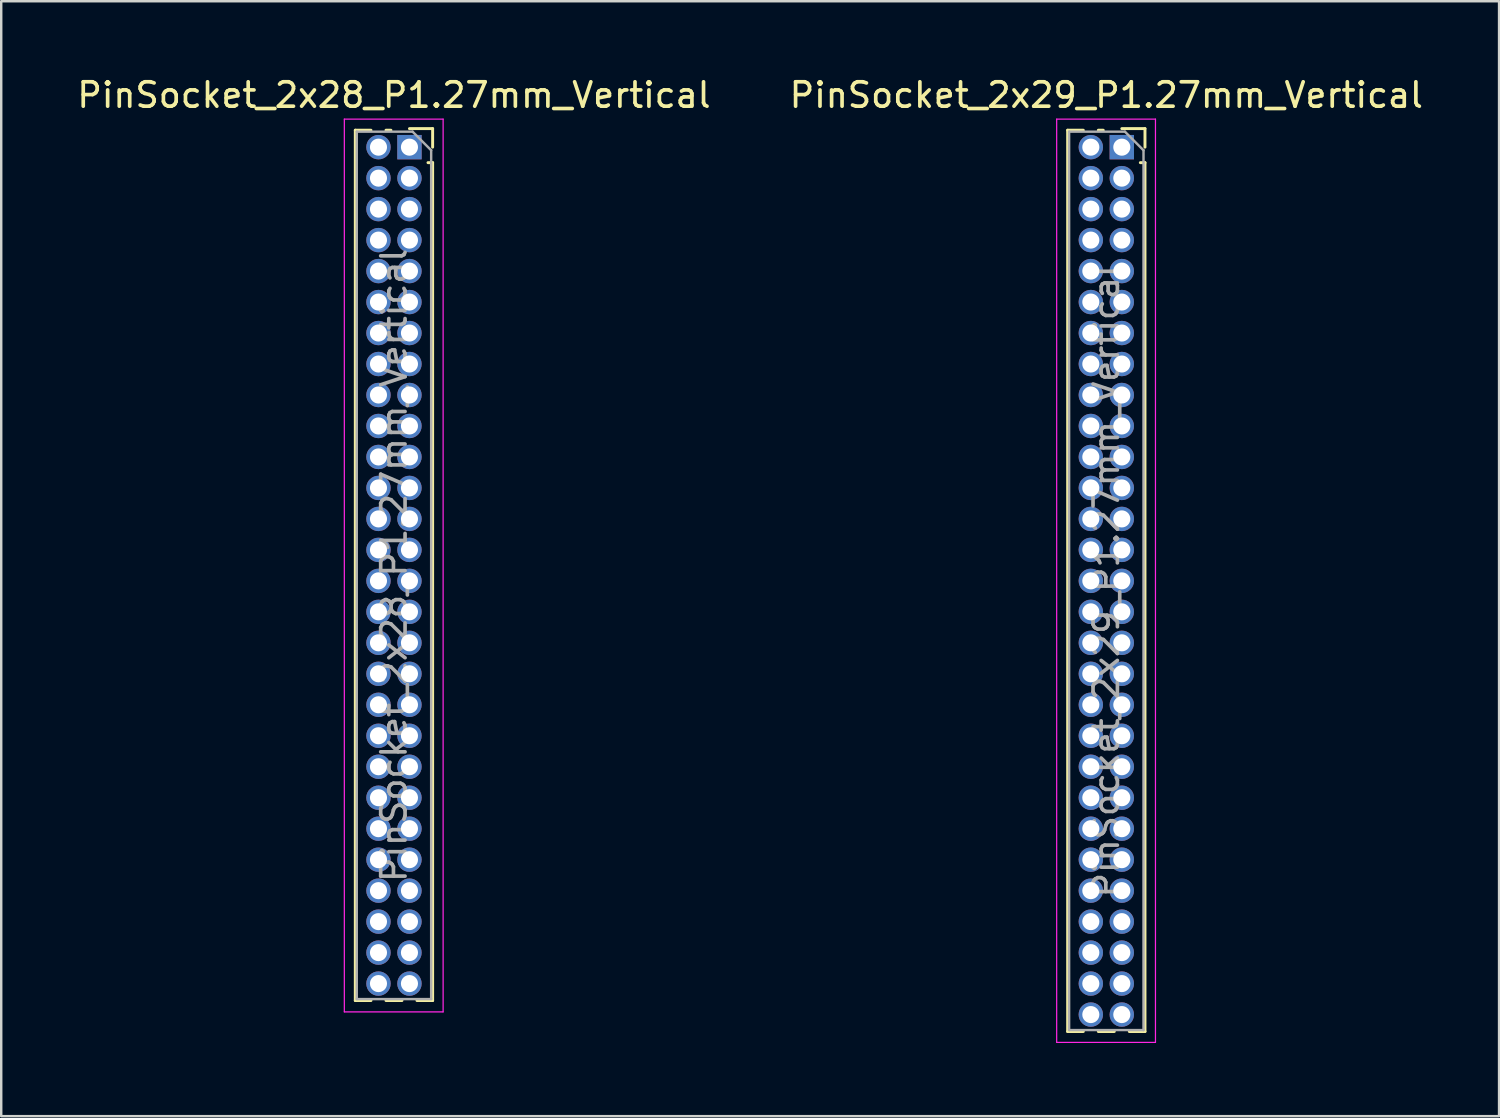
<source format=kicad_pcb>
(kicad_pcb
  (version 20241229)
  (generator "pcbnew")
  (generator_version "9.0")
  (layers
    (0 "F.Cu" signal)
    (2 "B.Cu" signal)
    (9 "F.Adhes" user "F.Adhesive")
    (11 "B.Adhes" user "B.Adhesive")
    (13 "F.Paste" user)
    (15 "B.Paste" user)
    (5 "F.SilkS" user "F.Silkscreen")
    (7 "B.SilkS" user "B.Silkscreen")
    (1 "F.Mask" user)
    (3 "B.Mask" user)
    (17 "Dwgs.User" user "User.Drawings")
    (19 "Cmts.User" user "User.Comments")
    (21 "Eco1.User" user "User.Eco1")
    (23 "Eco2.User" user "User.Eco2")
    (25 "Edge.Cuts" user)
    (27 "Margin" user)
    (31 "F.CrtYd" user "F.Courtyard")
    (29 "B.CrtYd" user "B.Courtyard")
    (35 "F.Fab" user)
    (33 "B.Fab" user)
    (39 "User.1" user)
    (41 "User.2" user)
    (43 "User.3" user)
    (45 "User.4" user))
  (footprint "PinSocket_2x28_P1.27mm_Vertical"
    (layer "F.Cu")
    (at 13.736 2.983)
    (property "Reference" "PinSocket_2x28_P1.27mm_Vertical" (at -0.635 -2.135 0) (layer "F.SilkS") (effects (font (size 1 1) (thickness 0.15))))
    (attr through_hole)
    (fp_line (start -2.22 -0.695) (end -2.22 34.985) (stroke (width 0.12) (type solid)) (layer "F.SilkS"))
    (fp_line (start -2.22 -0.695) (end -1.578 -0.695) (stroke (width 0.12) (type solid)) (layer "F.SilkS"))
    (fp_line (start -2.22 34.985) (end -1.578 34.985) (stroke (width 0.12) (type solid)) (layer "F.SilkS"))
    (fp_line (start -0.962 -0.695) (end -0.76 -0.695) (stroke (width 0.12) (type solid)) (layer "F.SilkS"))
    (fp_line (start -0.962 34.985) (end -0.308 34.985) (stroke (width 0.12) (type solid)) (layer "F.SilkS"))
    (fp_line (start 0 -0.76) (end 0.95 -0.76) (stroke (width 0.12) (type solid)) (layer "F.SilkS"))
    (fp_line (start 0.308 34.985) (end 0.95 34.985) (stroke (width 0.12) (type solid)) (layer "F.SilkS"))
    (fp_line (start 0.76 0.635) (end 0.95 0.635) (stroke (width 0.12) (type solid)) (layer "F.SilkS"))
    (fp_line (start 0.95 -0.76) (end 0.95 0) (stroke (width 0.12) (type solid)) (layer "F.SilkS"))
    (fp_line (start 0.95 0.635) (end 0.95 34.985) (stroke (width 0.12) (type solid)) (layer "F.SilkS"))
    (fp_line (start -2.67 -1.15) (end 1.38 -1.15) (stroke (width 0.05) (type solid)) (layer "F.CrtYd"))
    (fp_line (start -2.67 35.45) (end -2.67 -1.15) (stroke (width 0.05) (type solid)) (layer "F.CrtYd"))
    (fp_line (start 1.38 -1.15) (end 1.38 35.45) (stroke (width 0.05) (type solid)) (layer "F.CrtYd"))
    (fp_line (start 1.38 35.45) (end -2.67 35.45) (stroke (width 0.05) (type solid)) (layer "F.CrtYd"))
    (fp_line (start -2.16 -0.635) (end 0.128 -0.635) (stroke (width 0.1) (type solid)) (layer "F.Fab"))
    (fp_line (start -2.16 34.925) (end -2.16 -0.635) (stroke (width 0.1) (type solid)) (layer "F.Fab"))
    (fp_line (start 0.128 -0.635) (end 0.89 0.128) (stroke (width 0.1) (type solid)) (layer "F.Fab"))
    (fp_line (start 0.89 0.128) (end 0.89 34.925) (stroke (width 0.1) (type solid)) (layer "F.Fab"))
    (fp_line (start 0.89 34.925) (end -2.16 34.925) (stroke (width 0.1) (type solid)) (layer "F.Fab"))
    (fp_text user "${REFERENCE}" (at -0.635 17.145 90) (layer "F.Fab") (effects (font (size 1 1) (thickness 0.15))))
    (pad "1" thru_hole rect (at 0 0) (size 1 1) (drill 0.7) (layers "*.Cu" "*.Mask"))
    (pad "2" thru_hole circle (at -1.27 0) (size 1 1) (drill 0.7) (layers "*.Cu" "*.Mask"))
    (pad "3" thru_hole circle (at 0 1.27) (size 1 1) (drill 0.7) (layers "*.Cu" "*.Mask"))
    (pad "4" thru_hole circle (at -1.27 1.27) (size 1 1) (drill 0.7) (layers "*.Cu" "*.Mask"))
    (pad "5" thru_hole circle (at 0 2.54) (size 1 1) (drill 0.7) (layers "*.Cu" "*.Mask"))
    (pad "6" thru_hole circle (at -1.27 2.54) (size 1 1) (drill 0.7) (layers "*.Cu" "*.Mask"))
    (pad "7" thru_hole circle (at 0 3.81) (size 1 1) (drill 0.7) (layers "*.Cu" "*.Mask"))
    (pad "8" thru_hole circle (at -1.27 3.81) (size 1 1) (drill 0.7) (layers "*.Cu" "*.Mask"))
    (pad "9" thru_hole circle (at 0 5.08) (size 1 1) (drill 0.7) (layers "*.Cu" "*.Mask"))
    (pad "10" thru_hole circle (at -1.27 5.08) (size 1 1) (drill 0.7) (layers "*.Cu" "*.Mask"))
    (pad "11" thru_hole circle (at 0 6.35) (size 1 1) (drill 0.7) (layers "*.Cu" "*.Mask"))
    (pad "12" thru_hole circle (at -1.27 6.35) (size 1 1) (drill 0.7) (layers "*.Cu" "*.Mask"))
    (pad "13" thru_hole circle (at 0 7.62) (size 1 1) (drill 0.7) (layers "*.Cu" "*.Mask"))
    (pad "14" thru_hole circle (at -1.27 7.62) (size 1 1) (drill 0.7) (layers "*.Cu" "*.Mask"))
    (pad "15" thru_hole circle (at 0 8.89) (size 1 1) (drill 0.7) (layers "*.Cu" "*.Mask"))
    (pad "16" thru_hole circle (at -1.27 8.89) (size 1 1) (drill 0.7) (layers "*.Cu" "*.Mask"))
    (pad "17" thru_hole circle (at 0 10.16) (size 1 1) (drill 0.7) (layers "*.Cu" "*.Mask"))
    (pad "18" thru_hole circle (at -1.27 10.16) (size 1 1) (drill 0.7) (layers "*.Cu" "*.Mask"))
    (pad "19" thru_hole circle (at 0 11.43) (size 1 1) (drill 0.7) (layers "*.Cu" "*.Mask"))
    (pad "20" thru_hole circle (at -1.27 11.43) (size 1 1) (drill 0.7) (layers "*.Cu" "*.Mask"))
    (pad "21" thru_hole circle (at 0 12.7) (size 1 1) (drill 0.7) (layers "*.Cu" "*.Mask"))
    (pad "22" thru_hole circle (at -1.27 12.7) (size 1 1) (drill 0.7) (layers "*.Cu" "*.Mask"))
    (pad "23" thru_hole circle (at 0 13.97) (size 1 1) (drill 0.7) (layers "*.Cu" "*.Mask"))
    (pad "24" thru_hole circle (at -1.27 13.97) (size 1 1) (drill 0.7) (layers "*.Cu" "*.Mask"))
    (pad "25" thru_hole circle (at 0 15.24) (size 1 1) (drill 0.7) (layers "*.Cu" "*.Mask"))
    (pad "26" thru_hole circle (at -1.27 15.24) (size 1 1) (drill 0.7) (layers "*.Cu" "*.Mask"))
    (pad "27" thru_hole circle (at 0 16.51) (size 1 1) (drill 0.7) (layers "*.Cu" "*.Mask"))
    (pad "28" thru_hole circle (at -1.27 16.51) (size 1 1) (drill 0.7) (layers "*.Cu" "*.Mask"))
    (pad "29" thru_hole circle (at 0 17.78) (size 1 1) (drill 0.7) (layers "*.Cu" "*.Mask"))
    (pad "30" thru_hole circle (at -1.27 17.78) (size 1 1) (drill 0.7) (layers "*.Cu" "*.Mask"))
    (pad "31" thru_hole circle (at 0 19.05) (size 1 1) (drill 0.7) (layers "*.Cu" "*.Mask"))
    (pad "32" thru_hole circle (at -1.27 19.05) (size 1 1) (drill 0.7) (layers "*.Cu" "*.Mask"))
    (pad "33" thru_hole circle (at 0 20.32) (size 1 1) (drill 0.7) (layers "*.Cu" "*.Mask"))
    (pad "34" thru_hole circle (at -1.27 20.32) (size 1 1) (drill 0.7) (layers "*.Cu" "*.Mask"))
    (pad "35" thru_hole circle (at 0 21.59) (size 1 1) (drill 0.7) (layers "*.Cu" "*.Mask"))
    (pad "36" thru_hole circle (at -1.27 21.59) (size 1 1) (drill 0.7) (layers "*.Cu" "*.Mask"))
    (pad "37" thru_hole circle (at 0 22.86) (size 1 1) (drill 0.7) (layers "*.Cu" "*.Mask"))
    (pad "38" thru_hole circle (at -1.27 22.86) (size 1 1) (drill 0.7) (layers "*.Cu" "*.Mask"))
    (pad "39" thru_hole circle (at 0 24.13) (size 1 1) (drill 0.7) (layers "*.Cu" "*.Mask"))
    (pad "40" thru_hole circle (at -1.27 24.13) (size 1 1) (drill 0.7) (layers "*.Cu" "*.Mask"))
    (pad "41" thru_hole circle (at 0 25.4) (size 1 1) (drill 0.7) (layers "*.Cu" "*.Mask"))
    (pad "42" thru_hole circle (at -1.27 25.4) (size 1 1) (drill 0.7) (layers "*.Cu" "*.Mask"))
    (pad "43" thru_hole circle (at 0 26.67) (size 1 1) (drill 0.7) (layers "*.Cu" "*.Mask"))
    (pad "44" thru_hole circle (at -1.27 26.67) (size 1 1) (drill 0.7) (layers "*.Cu" "*.Mask"))
    (pad "45" thru_hole circle (at 0 27.94) (size 1 1) (drill 0.7) (layers "*.Cu" "*.Mask"))
    (pad "46" thru_hole circle (at -1.27 27.94) (size 1 1) (drill 0.7) (layers "*.Cu" "*.Mask"))
    (pad "47" thru_hole circle (at 0 29.21) (size 1 1) (drill 0.7) (layers "*.Cu" "*.Mask"))
    (pad "48" thru_hole circle (at -1.27 29.21) (size 1 1) (drill 0.7) (layers "*.Cu" "*.Mask"))
    (pad "49" thru_hole circle (at 0 30.48) (size 1 1) (drill 0.7) (layers "*.Cu" "*.Mask"))
    (pad "50" thru_hole circle (at -1.27 30.48) (size 1 1) (drill 0.7) (layers "*.Cu" "*.Mask"))
    (pad "51" thru_hole circle (at 0 31.75) (size 1 1) (drill 0.7) (layers "*.Cu" "*.Mask"))
    (pad "52" thru_hole circle (at -1.27 31.75) (size 1 1) (drill 0.7) (layers "*.Cu" "*.Mask"))
    (pad "53" thru_hole circle (at 0 33.02) (size 1 1) (drill 0.7) (layers "*.Cu" "*.Mask"))
    (pad "54" thru_hole circle (at -1.27 33.02) (size 1 1) (drill 0.7) (layers "*.Cu" "*.Mask"))
    (pad "55" thru_hole circle (at 0 34.29) (size 1 1) (drill 0.7) (layers "*.Cu" "*.Mask"))
    (pad "56" thru_hole circle (at -1.27 34.29) (size 1 1) (drill 0.7) (layers "*.Cu" "*.Mask")))
  (footprint "PinSocket_2x29_P1.27mm_Vertical"
    (layer "F.Cu")
    (at 42.939 2.983)
    (property "Reference" "PinSocket_2x29_P1.27mm_Vertical" (at -0.635 -2.135 0) (layer "F.SilkS") (effects (font (size 1 1) (thickness 0.15))))
    (attr through_hole)
    (fp_line (start -2.22 -0.695) (end -2.22 36.255) (stroke (width 0.12) (type solid)) (layer "F.SilkS"))
    (fp_line (start -2.22 -0.695) (end -1.578 -0.695) (stroke (width 0.12) (type solid)) (layer "F.SilkS"))
    (fp_line (start -2.22 36.255) (end -1.578 36.255) (stroke (width 0.12) (type solid)) (layer "F.SilkS"))
    (fp_line (start -0.962 -0.695) (end -0.76 -0.695) (stroke (width 0.12) (type solid)) (layer "F.SilkS"))
    (fp_line (start -0.962 36.255) (end -0.308 36.255) (stroke (width 0.12) (type solid)) (layer "F.SilkS"))
    (fp_line (start 0 -0.76) (end 0.95 -0.76) (stroke (width 0.12) (type solid)) (layer "F.SilkS"))
    (fp_line (start 0.308 36.255) (end 0.95 36.255) (stroke (width 0.12) (type solid)) (layer "F.SilkS"))
    (fp_line (start 0.76 0.635) (end 0.95 0.635) (stroke (width 0.12) (type solid)) (layer "F.SilkS"))
    (fp_line (start 0.95 -0.76) (end 0.95 0) (stroke (width 0.12) (type solid)) (layer "F.SilkS"))
    (fp_line (start 0.95 0.635) (end 0.95 36.255) (stroke (width 0.12) (type solid)) (layer "F.SilkS"))
    (fp_line (start -2.67 -1.15) (end 1.38 -1.15) (stroke (width 0.05) (type solid)) (layer "F.CrtYd"))
    (fp_line (start -2.67 36.7) (end -2.67 -1.15) (stroke (width 0.05) (type solid)) (layer "F.CrtYd"))
    (fp_line (start 1.38 -1.15) (end 1.38 36.7) (stroke (width 0.05) (type solid)) (layer "F.CrtYd"))
    (fp_line (start 1.38 36.7) (end -2.67 36.7) (stroke (width 0.05) (type solid)) (layer "F.CrtYd"))
    (fp_line (start -2.16 -0.635) (end 0.128 -0.635) (stroke (width 0.1) (type solid)) (layer "F.Fab"))
    (fp_line (start -2.16 36.195) (end -2.16 -0.635) (stroke (width 0.1) (type solid)) (layer "F.Fab"))
    (fp_line (start 0.128 -0.635) (end 0.89 0.128) (stroke (width 0.1) (type solid)) (layer "F.Fab"))
    (fp_line (start 0.89 0.128) (end 0.89 36.195) (stroke (width 0.1) (type solid)) (layer "F.Fab"))
    (fp_line (start 0.89 36.195) (end -2.16 36.195) (stroke (width 0.1) (type solid)) (layer "F.Fab"))
    (fp_text user "${REFERENCE}" (at -0.635 17.78 90) (layer "F.Fab") (effects (font (size 1 1) (thickness 0.15))))
    (pad "1" thru_hole rect (at 0 0) (size 1 1) (drill 0.7) (layers "*.Cu" "*.Mask"))
    (pad "2" thru_hole circle (at -1.27 0) (size 1 1) (drill 0.7) (layers "*.Cu" "*.Mask"))
    (pad "3" thru_hole circle (at 0 1.27) (size 1 1) (drill 0.7) (layers "*.Cu" "*.Mask"))
    (pad "4" thru_hole circle (at -1.27 1.27) (size 1 1) (drill 0.7) (layers "*.Cu" "*.Mask"))
    (pad "5" thru_hole circle (at 0 2.54) (size 1 1) (drill 0.7) (layers "*.Cu" "*.Mask"))
    (pad "6" thru_hole circle (at -1.27 2.54) (size 1 1) (drill 0.7) (layers "*.Cu" "*.Mask"))
    (pad "7" thru_hole circle (at 0 3.81) (size 1 1) (drill 0.7) (layers "*.Cu" "*.Mask"))
    (pad "8" thru_hole circle (at -1.27 3.81) (size 1 1) (drill 0.7) (layers "*.Cu" "*.Mask"))
    (pad "9" thru_hole circle (at 0 5.08) (size 1 1) (drill 0.7) (layers "*.Cu" "*.Mask"))
    (pad "10" thru_hole circle (at -1.27 5.08) (size 1 1) (drill 0.7) (layers "*.Cu" "*.Mask"))
    (pad "11" thru_hole circle (at 0 6.35) (size 1 1) (drill 0.7) (layers "*.Cu" "*.Mask"))
    (pad "12" thru_hole circle (at -1.27 6.35) (size 1 1) (drill 0.7) (layers "*.Cu" "*.Mask"))
    (pad "13" thru_hole circle (at 0 7.62) (size 1 1) (drill 0.7) (layers "*.Cu" "*.Mask"))
    (pad "14" thru_hole circle (at -1.27 7.62) (size 1 1) (drill 0.7) (layers "*.Cu" "*.Mask"))
    (pad "15" thru_hole circle (at 0 8.89) (size 1 1) (drill 0.7) (layers "*.Cu" "*.Mask"))
    (pad "16" thru_hole circle (at -1.27 8.89) (size 1 1) (drill 0.7) (layers "*.Cu" "*.Mask"))
    (pad "17" thru_hole circle (at 0 10.16) (size 1 1) (drill 0.7) (layers "*.Cu" "*.Mask"))
    (pad "18" thru_hole circle (at -1.27 10.16) (size 1 1) (drill 0.7) (layers "*.Cu" "*.Mask"))
    (pad "19" thru_hole circle (at 0 11.43) (size 1 1) (drill 0.7) (layers "*.Cu" "*.Mask"))
    (pad "20" thru_hole circle (at -1.27 11.43) (size 1 1) (drill 0.7) (layers "*.Cu" "*.Mask"))
    (pad "21" thru_hole circle (at 0 12.7) (size 1 1) (drill 0.7) (layers "*.Cu" "*.Mask"))
    (pad "22" thru_hole circle (at -1.27 12.7) (size 1 1) (drill 0.7) (layers "*.Cu" "*.Mask"))
    (pad "23" thru_hole circle (at 0 13.97) (size 1 1) (drill 0.7) (layers "*.Cu" "*.Mask"))
    (pad "24" thru_hole circle (at -1.27 13.97) (size 1 1) (drill 0.7) (layers "*.Cu" "*.Mask"))
    (pad "25" thru_hole circle (at 0 15.24) (size 1 1) (drill 0.7) (layers "*.Cu" "*.Mask"))
    (pad "26" thru_hole circle (at -1.27 15.24) (size 1 1) (drill 0.7) (layers "*.Cu" "*.Mask"))
    (pad "27" thru_hole circle (at 0 16.51) (size 1 1) (drill 0.7) (layers "*.Cu" "*.Mask"))
    (pad "28" thru_hole circle (at -1.27 16.51) (size 1 1) (drill 0.7) (layers "*.Cu" "*.Mask"))
    (pad "29" thru_hole circle (at 0 17.78) (size 1 1) (drill 0.7) (layers "*.Cu" "*.Mask"))
    (pad "30" thru_hole circle (at -1.27 17.78) (size 1 1) (drill 0.7) (layers "*.Cu" "*.Mask"))
    (pad "31" thru_hole circle (at 0 19.05) (size 1 1) (drill 0.7) (layers "*.Cu" "*.Mask"))
    (pad "32" thru_hole circle (at -1.27 19.05) (size 1 1) (drill 0.7) (layers "*.Cu" "*.Mask"))
    (pad "33" thru_hole circle (at 0 20.32) (size 1 1) (drill 0.7) (layers "*.Cu" "*.Mask"))
    (pad "34" thru_hole circle (at -1.27 20.32) (size 1 1) (drill 0.7) (layers "*.Cu" "*.Mask"))
    (pad "35" thru_hole circle (at 0 21.59) (size 1 1) (drill 0.7) (layers "*.Cu" "*.Mask"))
    (pad "36" thru_hole circle (at -1.27 21.59) (size 1 1) (drill 0.7) (layers "*.Cu" "*.Mask"))
    (pad "37" thru_hole circle (at 0 22.86) (size 1 1) (drill 0.7) (layers "*.Cu" "*.Mask"))
    (pad "38" thru_hole circle (at -1.27 22.86) (size 1 1) (drill 0.7) (layers "*.Cu" "*.Mask"))
    (pad "39" thru_hole circle (at 0 24.13) (size 1 1) (drill 0.7) (layers "*.Cu" "*.Mask"))
    (pad "40" thru_hole circle (at -1.27 24.13) (size 1 1) (drill 0.7) (layers "*.Cu" "*.Mask"))
    (pad "41" thru_hole circle (at 0 25.4) (size 1 1) (drill 0.7) (layers "*.Cu" "*.Mask"))
    (pad "42" thru_hole circle (at -1.27 25.4) (size 1 1) (drill 0.7) (layers "*.Cu" "*.Mask"))
    (pad "43" thru_hole circle (at 0 26.67) (size 1 1) (drill 0.7) (layers "*.Cu" "*.Mask"))
    (pad "44" thru_hole circle (at -1.27 26.67) (size 1 1) (drill 0.7) (layers "*.Cu" "*.Mask"))
    (pad "45" thru_hole circle (at 0 27.94) (size 1 1) (drill 0.7) (layers "*.Cu" "*.Mask"))
    (pad "46" thru_hole circle (at -1.27 27.94) (size 1 1) (drill 0.7) (layers "*.Cu" "*.Mask"))
    (pad "47" thru_hole circle (at 0 29.21) (size 1 1) (drill 0.7) (layers "*.Cu" "*.Mask"))
    (pad "48" thru_hole circle (at -1.27 29.21) (size 1 1) (drill 0.7) (layers "*.Cu" "*.Mask"))
    (pad "49" thru_hole circle (at 0 30.48) (size 1 1) (drill 0.7) (layers "*.Cu" "*.Mask"))
    (pad "50" thru_hole circle (at -1.27 30.48) (size 1 1) (drill 0.7) (layers "*.Cu" "*.Mask"))
    (pad "51" thru_hole circle (at 0 31.75) (size 1 1) (drill 0.7) (layers "*.Cu" "*.Mask"))
    (pad "52" thru_hole circle (at -1.27 31.75) (size 1 1) (drill 0.7) (layers "*.Cu" "*.Mask"))
    (pad "53" thru_hole circle (at 0 33.02) (size 1 1) (drill 0.7) (layers "*.Cu" "*.Mask"))
    (pad "54" thru_hole circle (at -1.27 33.02) (size 1 1) (drill 0.7) (layers "*.Cu" "*.Mask"))
    (pad "55" thru_hole circle (at 0 34.29) (size 1 1) (drill 0.7) (layers "*.Cu" "*.Mask"))
    (pad "56" thru_hole circle (at -1.27 34.29) (size 1 1) (drill 0.7) (layers "*.Cu" "*.Mask"))
    (pad "57" thru_hole circle (at 0 35.56) (size 1 1) (drill 0.7) (layers "*.Cu" "*.Mask"))
    (pad "58" thru_hole circle (at -1.27 35.56) (size 1 1) (drill 0.7) (layers "*.Cu" "*.Mask")))
  (gr_rect
    (start -3 -3)
    (end 58.405 42.708)
    (stroke (width 0.1) (type default))
    (fill no)
    (layer "Edge.Cuts")))
</source>
